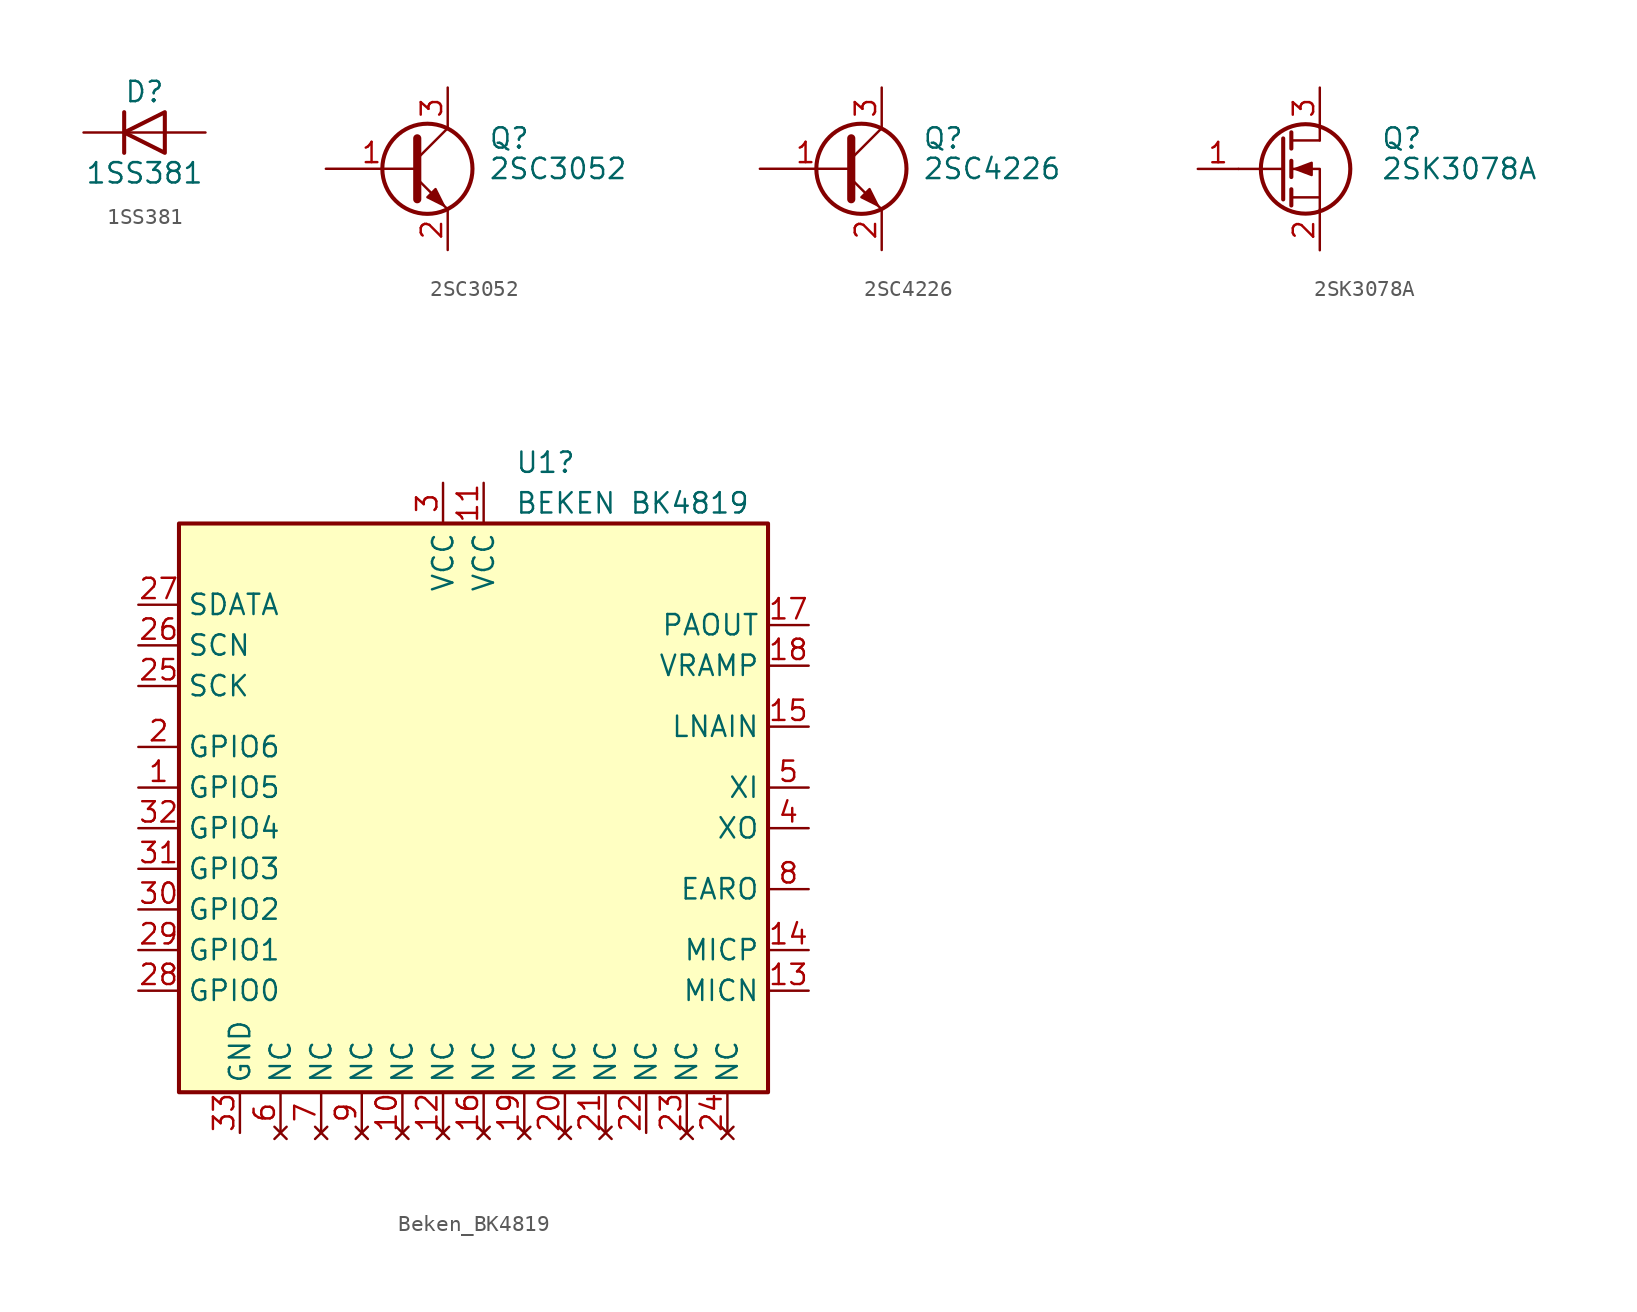
<source format=kicad_sym>
(kicad_symbol_lib
  (version 20220914)
  (generator kicad_symbol_editor)
  (symbol "1SS381"
    (pin_numbers hide)
    (pin_names hide)
    (property "Reference" "D"
      (at 0 2.54 0)
      (effects (font (size 1.27 1.27))))
    (property "Value" "1SS381"
      (at 0 -2.54 0)
      (effects (font (size 1.27 1.27))))
    (symbol "1SS381_0_1"
      (polyline (pts (xy -1.27 1.27) (xy -1.27 -1.27)) (stroke (width 0.254) (type default)) (fill (type none)))
      (polyline (pts (xy 1.27 0) (xy -1.27 0)) (stroke (width 0) (type default)) (fill (type none)))
      (polyline (pts (xy 1.27 1.27) (xy 1.27 -1.27) (xy -1.27 0) (xy 1.27 1.27)) (stroke (width 0.254) (type default)) (fill (type none))))
    (symbol "1SS381_1_1"
      (pin passive line (at -3.81 0 0) (length 2.54) (name "K" (effects (font (size 1.27 1.27)))) (number "1" (effects (font (size 1.27 1.27)))))
      (pin passive line (at 3.81 0 180) (length 2.54) (name "A" (effects (font (size 1.27 1.27)))) (number "2" (effects (font (size 1.27 1.27)))))))
  (symbol "2SC3052"
    (pin_names
      (offset 0) hide)
    (property "Reference" "Q"
      (at 5.08 1.905 0)
      (effects (font (size 1.27 1.27)) (justify left)))
    (property "Value" "2SC3052"
      (at 5.08 0 0)
      (effects (font (size 1.27 1.27)) (justify left)))
    (symbol "2SC3052_0_1"
      (polyline (pts (xy 0.635 0.635) (xy 2.54 2.54)) (stroke (width 0) (type default)) (fill (type none)))
      (polyline (pts (xy 0.635 -0.635) (xy 2.54 -2.54) (xy 2.54 -2.54)) (stroke (width 0) (type default)) (fill (type none)))
      (polyline (pts (xy 0.635 1.905) (xy 0.635 -1.905) (xy 0.635 -1.905)) (stroke (width 0.508) (type default)) (fill (type none)))
      (polyline (pts (xy 1.27 -1.778) (xy 1.778 -1.27) (xy 2.286 -2.286) (xy 1.27 -1.778) (xy 1.27 -1.778)) (stroke (width 0) (type default)) (fill (type outline)))
      (circle (center 1.27 0) (radius 2.819) (stroke (width 0.254) (type default)) (fill (type none))))
    (symbol "2SC3052_1_1"
      (pin input line (at -5.08 0 0) (length 5.715) (name "B" (effects (font (size 1.27 1.27)))) (number "1" (effects (font (size 1.27 1.27)))))
      (pin passive line (at 2.54 -5.08 90) (length 2.54) (name "E" (effects (font (size 1.27 1.27)))) (number "2" (effects (font (size 1.27 1.27)))))
      (pin passive line (at 2.54 5.08 270) (length 2.54) (name "C" (effects (font (size 1.27 1.27)))) (number "3" (effects (font (size 1.27 1.27)))))))
  (symbol "2SC4226"
    (pin_names
      (offset 0) hide)
    (property "Reference" "Q"
      (at 5.08 1.905 0)
      (effects (font (size 1.27 1.27)) (justify left)))
    (property "Value" "2SC4226"
      (at 5.08 0 0)
      (effects (font (size 1.27 1.27)) (justify left)))
    (symbol "2SC4226_0_1"
      (polyline (pts (xy 0.635 0.635) (xy 2.54 2.54)) (stroke (width 0) (type default)) (fill (type none)))
      (polyline (pts (xy 0.635 -0.635) (xy 2.54 -2.54) (xy 2.54 -2.54)) (stroke (width 0) (type default)) (fill (type none)))
      (polyline (pts (xy 0.635 1.905) (xy 0.635 -1.905) (xy 0.635 -1.905)) (stroke (width 0.508) (type default)) (fill (type none)))
      (polyline (pts (xy 1.27 -1.778) (xy 1.778 -1.27) (xy 2.286 -2.286) (xy 1.27 -1.778) (xy 1.27 -1.778)) (stroke (width 0) (type default)) (fill (type outline)))
      (circle (center 1.27 0) (radius 2.819) (stroke (width 0.254) (type default)) (fill (type none))))
    (symbol "2SC4226_1_1"
      (pin input line (at -5.08 0 0) (length 5.715) (name "B" (effects (font (size 1.27 1.27)))) (number "1" (effects (font (size 1.27 1.27)))))
      (pin passive line (at 2.54 -5.08 90) (length 2.54) (name "E" (effects (font (size 1.27 1.27)))) (number "2" (effects (font (size 1.27 1.27)))))
      (pin passive line (at 2.54 5.08 270) (length 2.54) (name "C" (effects (font (size 1.27 1.27)))) (number "3" (effects (font (size 1.27 1.27)))))))
  (symbol "2SK3078A"
    (pin_names hide)
    (property "Reference" "Q"
      (at 6.35 1.905 0)
      (effects (font (size 1.27 1.27)) (justify left)))
    (property "Value" "2SK3078A"
      (at 6.35 0 0)
      (effects (font (size 1.27 1.27)) (justify left)))
    (symbol "2SK3078A_0_1"
      (polyline (pts (xy 0.254 0) (xy -2.54 0)) (stroke (width 0) (type default)) (fill (type none)))
      (polyline (pts (xy 0.254 1.905) (xy 0.254 -1.905)) (stroke (width 0.254) (type default)) (fill (type none)))
      (polyline (pts (xy 0.762 -1.27) (xy 0.762 -2.286)) (stroke (width 0.254) (type default)) (fill (type none)))
      (polyline (pts (xy 0.762 0.508) (xy 0.762 -0.508)) (stroke (width 0.254) (type default)) (fill (type none)))
      (polyline (pts (xy 0.762 2.286) (xy 0.762 1.27)) (stroke (width 0.254) (type default)) (fill (type none)))
      (polyline (pts (xy 2.54 2.54) (xy 2.54 1.778)) (stroke (width 0) (type default)) (fill (type none)))
      (polyline (pts (xy 2.54 -2.54) (xy 2.54 0) (xy 0.762 0)) (stroke (width 0) (type default)) (fill (type none)))
      (polyline (pts (xy 1.016 0) (xy 2.032 0.381) (xy 2.032 -0.381) (xy 1.016 0)) (stroke (width 0) (type default)) (fill (type outline)))
      (circle (center 1.651 0) (radius 2.794) (stroke (width 0.254) (type default)) (fill (type none))))
    (symbol "2SK3078A_1_1"
      (polyline (pts (xy 0.762 -1.778) (xy 2.54 -1.778)) (stroke (width 0) (type default)) (fill (type none)))
      (polyline (pts (xy 0.762 1.778) (xy 2.54 1.778)) (stroke (width 0) (type default)) (fill (type none)))
      (pin input line (at -5.08 0 0) (length 2.54) (name "G" (effects (font (size 1.27 1.27)))) (number "1" (effects (font (size 1.27 1.27)))))
      (pin passive line (at 2.54 -5.08 90) (length 2.54) (name "S" (effects (font (size 1.27 1.27)))) (number "2" (effects (font (size 1.27 1.27)))))
      (pin passive line (at 2.54 5.08 270) (length 2.54) (name "D" (effects (font (size 1.27 1.27)))) (number "3" (effects (font (size 1.27 1.27)))))))
  (symbol "Beken_BK4819"
    (property "Reference" "U1"
      (at 3.226 20.32 0)
      (effects (font (size 1.27 1.27)) (justify left)))
    (property "Value" "BEKEN BK4819"
      (at 3.226 17.78 0)
      (effects (font (size 1.27 1.27)) (justify left)))
    (symbol "Beken_BK4819_0_1"
      (rectangle (start -17.78 16.51) (end 19.05 -19.05) (stroke (width 0.254) (type default)) (fill (type background))))
    (symbol "Beken_BK4819_1_1"
      (pin bidirectional line (at -20.32 0 0) (length 2.54) (name "GPIO5" (effects (font (size 1.27 1.27)))) (number "1" (effects (font (size 1.27 1.27)))))
      (pin no_connect line (at -3.81 -21.59 90) (length 2.54) (name "NC" (effects (font (size 1.27 1.27)))) (number "10" (effects (font (size 1.27 1.27)))))
      (pin power_in line (at 1.27 19.05 270) (length 2.54) (name "VCC" (effects (font (size 1.27 1.27)))) (number "11" (effects (font (size 1.27 1.27)))))
      (pin no_connect line (at -1.27 -21.59 90) (length 2.54) (name "NC" (effects (font (size 1.27 1.27)))) (number "12" (effects (font (size 1.27 1.27)))))
      (pin input line (at 21.59 -12.7 180) (length 2.54) (name "MICN" (effects (font (size 1.27 1.27)))) (number "13" (effects (font (size 1.27 1.27)))))
      (pin input line (at 21.59 -10.16 180) (length 2.54) (name "MICP" (effects (font (size 1.27 1.27)))) (number "14" (effects (font (size 1.27 1.27)))))
      (pin input line (at 21.59 3.81 180) (length 2.54) (name "LNAIN" (effects (font (size 1.27 1.27)))) (number "15" (effects (font (size 1.27 1.27)))))
      (pin no_connect line (at 1.27 -21.59 90) (length 2.54) (name "NC" (effects (font (size 1.27 1.27)))) (number "16" (effects (font (size 1.27 1.27)))))
      (pin output line (at 21.59 10.16 180) (length 2.54) (name "PAOUT" (effects (font (size 1.27 1.27)))) (number "17" (effects (font (size 1.27 1.27)))))
      (pin output line (at 21.59 7.62 180) (length 2.54) (name "VRAMP" (effects (font (size 1.27 1.27)))) (number "18" (effects (font (size 1.27 1.27)))))
      (pin no_connect line (at 3.81 -21.59 90) (length 2.54) (name "NC" (effects (font (size 1.27 1.27)))) (number "19" (effects (font (size 1.27 1.27)))))
      (pin bidirectional line (at -20.32 2.54 0) (length 2.54) (name "GPIO6" (effects (font (size 1.27 1.27)))) (number "2" (effects (font (size 1.27 1.27)))))
      (pin no_connect line (at 6.35 -21.59 90) (length 2.54) (name "NC" (effects (font (size 1.27 1.27)))) (number "20" (effects (font (size 1.27 1.27)))))
      (pin no_connect line (at 8.89 -21.59 90) (length 2.54) (name "NC" (effects (font (size 1.27 1.27)))) (number "21" (effects (font (size 1.27 1.27)))))
      (pin bidirectional line (at 11.43 -21.59 90) (length 2.54) (name "NC" (effects (font (size 1.27 1.27)))) (number "22" (effects (font (size 1.27 1.27)))))
      (pin no_connect line (at 13.97 -21.59 90) (length 2.54) (name "NC" (effects (font (size 1.27 1.27)))) (number "23" (effects (font (size 1.27 1.27)))))
      (pin no_connect line (at 16.51 -21.59 90) (length 2.54) (name "NC" (effects (font (size 1.27 1.27)))) (number "24" (effects (font (size 1.27 1.27)))))
      (pin input line (at -20.32 6.35 0) (length 2.54) (name "SCK" (effects (font (size 1.27 1.27)))) (number "25" (effects (font (size 1.27 1.27)))))
      (pin input line (at -20.32 8.89 0) (length 2.54) (name "SCN" (effects (font (size 1.27 1.27)))) (number "26" (effects (font (size 1.27 1.27)))))
      (pin bidirectional line (at -20.32 11.43 0) (length 2.54) (name "SDATA" (effects (font (size 1.27 1.27)))) (number "27" (effects (font (size 1.27 1.27)))))
      (pin bidirectional line (at -20.32 -12.7 0) (length 2.54) (name "GPIO0" (effects (font (size 1.27 1.27)))) (number "28" (effects (font (size 1.27 1.27)))))
      (pin bidirectional line (at -20.32 -10.16 0) (length 2.54) (name "GPIO1" (effects (font (size 1.27 1.27)))) (number "29" (effects (font (size 1.27 1.27)))))
      (pin power_in line (at -1.27 19.05 270) (length 2.54) (name "VCC" (effects (font (size 1.27 1.27)))) (number "3" (effects (font (size 1.27 1.27)))))
      (pin bidirectional line (at -20.32 -7.62 0) (length 2.54) (name "GPIO2" (effects (font (size 1.27 1.27)))) (number "30" (effects (font (size 1.27 1.27)))))
      (pin bidirectional line (at -20.32 -5.08 0) (length 2.54) (name "GPIO3" (effects (font (size 1.27 1.27)))) (number "31" (effects (font (size 1.27 1.27)))))
      (pin bidirectional line (at -20.32 -2.54 0) (length 2.54) (name "GPIO4" (effects (font (size 1.27 1.27)))) (number "32" (effects (font (size 1.27 1.27)))))
      (pin power_in line (at -13.97 -21.59 90) (length 2.54) (name "GND" (effects (font (size 1.27 1.27)))) (number "33" (effects (font (size 1.27 1.27)))))
      (pin output line (at 21.59 -2.54 180) (length 2.54) (name "XO" (effects (font (size 1.27 1.27)))) (number "4" (effects (font (size 1.27 1.27)))))
      (pin input line (at 21.59 0 180) (length 2.54) (name "XI" (effects (font (size 1.27 1.27)))) (number "5" (effects (font (size 1.27 1.27)))))
      (pin no_connect line (at -11.43 -21.59 90) (length 2.54) (name "NC" (effects (font (size 1.27 1.27)))) (number "6" (effects (font (size 1.27 1.27)))))
      (pin no_connect line (at -8.89 -21.59 90) (length 2.54) (name "NC" (effects (font (size 1.27 1.27)))) (number "7" (effects (font (size 1.27 1.27)))))
      (pin output line (at 21.59 -6.35 180) (length 2.54) (name "EARO" (effects (font (size 1.27 1.27)))) (number "8" (effects (font (size 1.27 1.27)))))
      (pin no_connect line (at -6.35 -21.59 90) (length 2.54) (name "NC" (effects (font (size 1.27 1.27)))) (number "9" (effects (font (size 1.27 1.27))))))))
</source>
